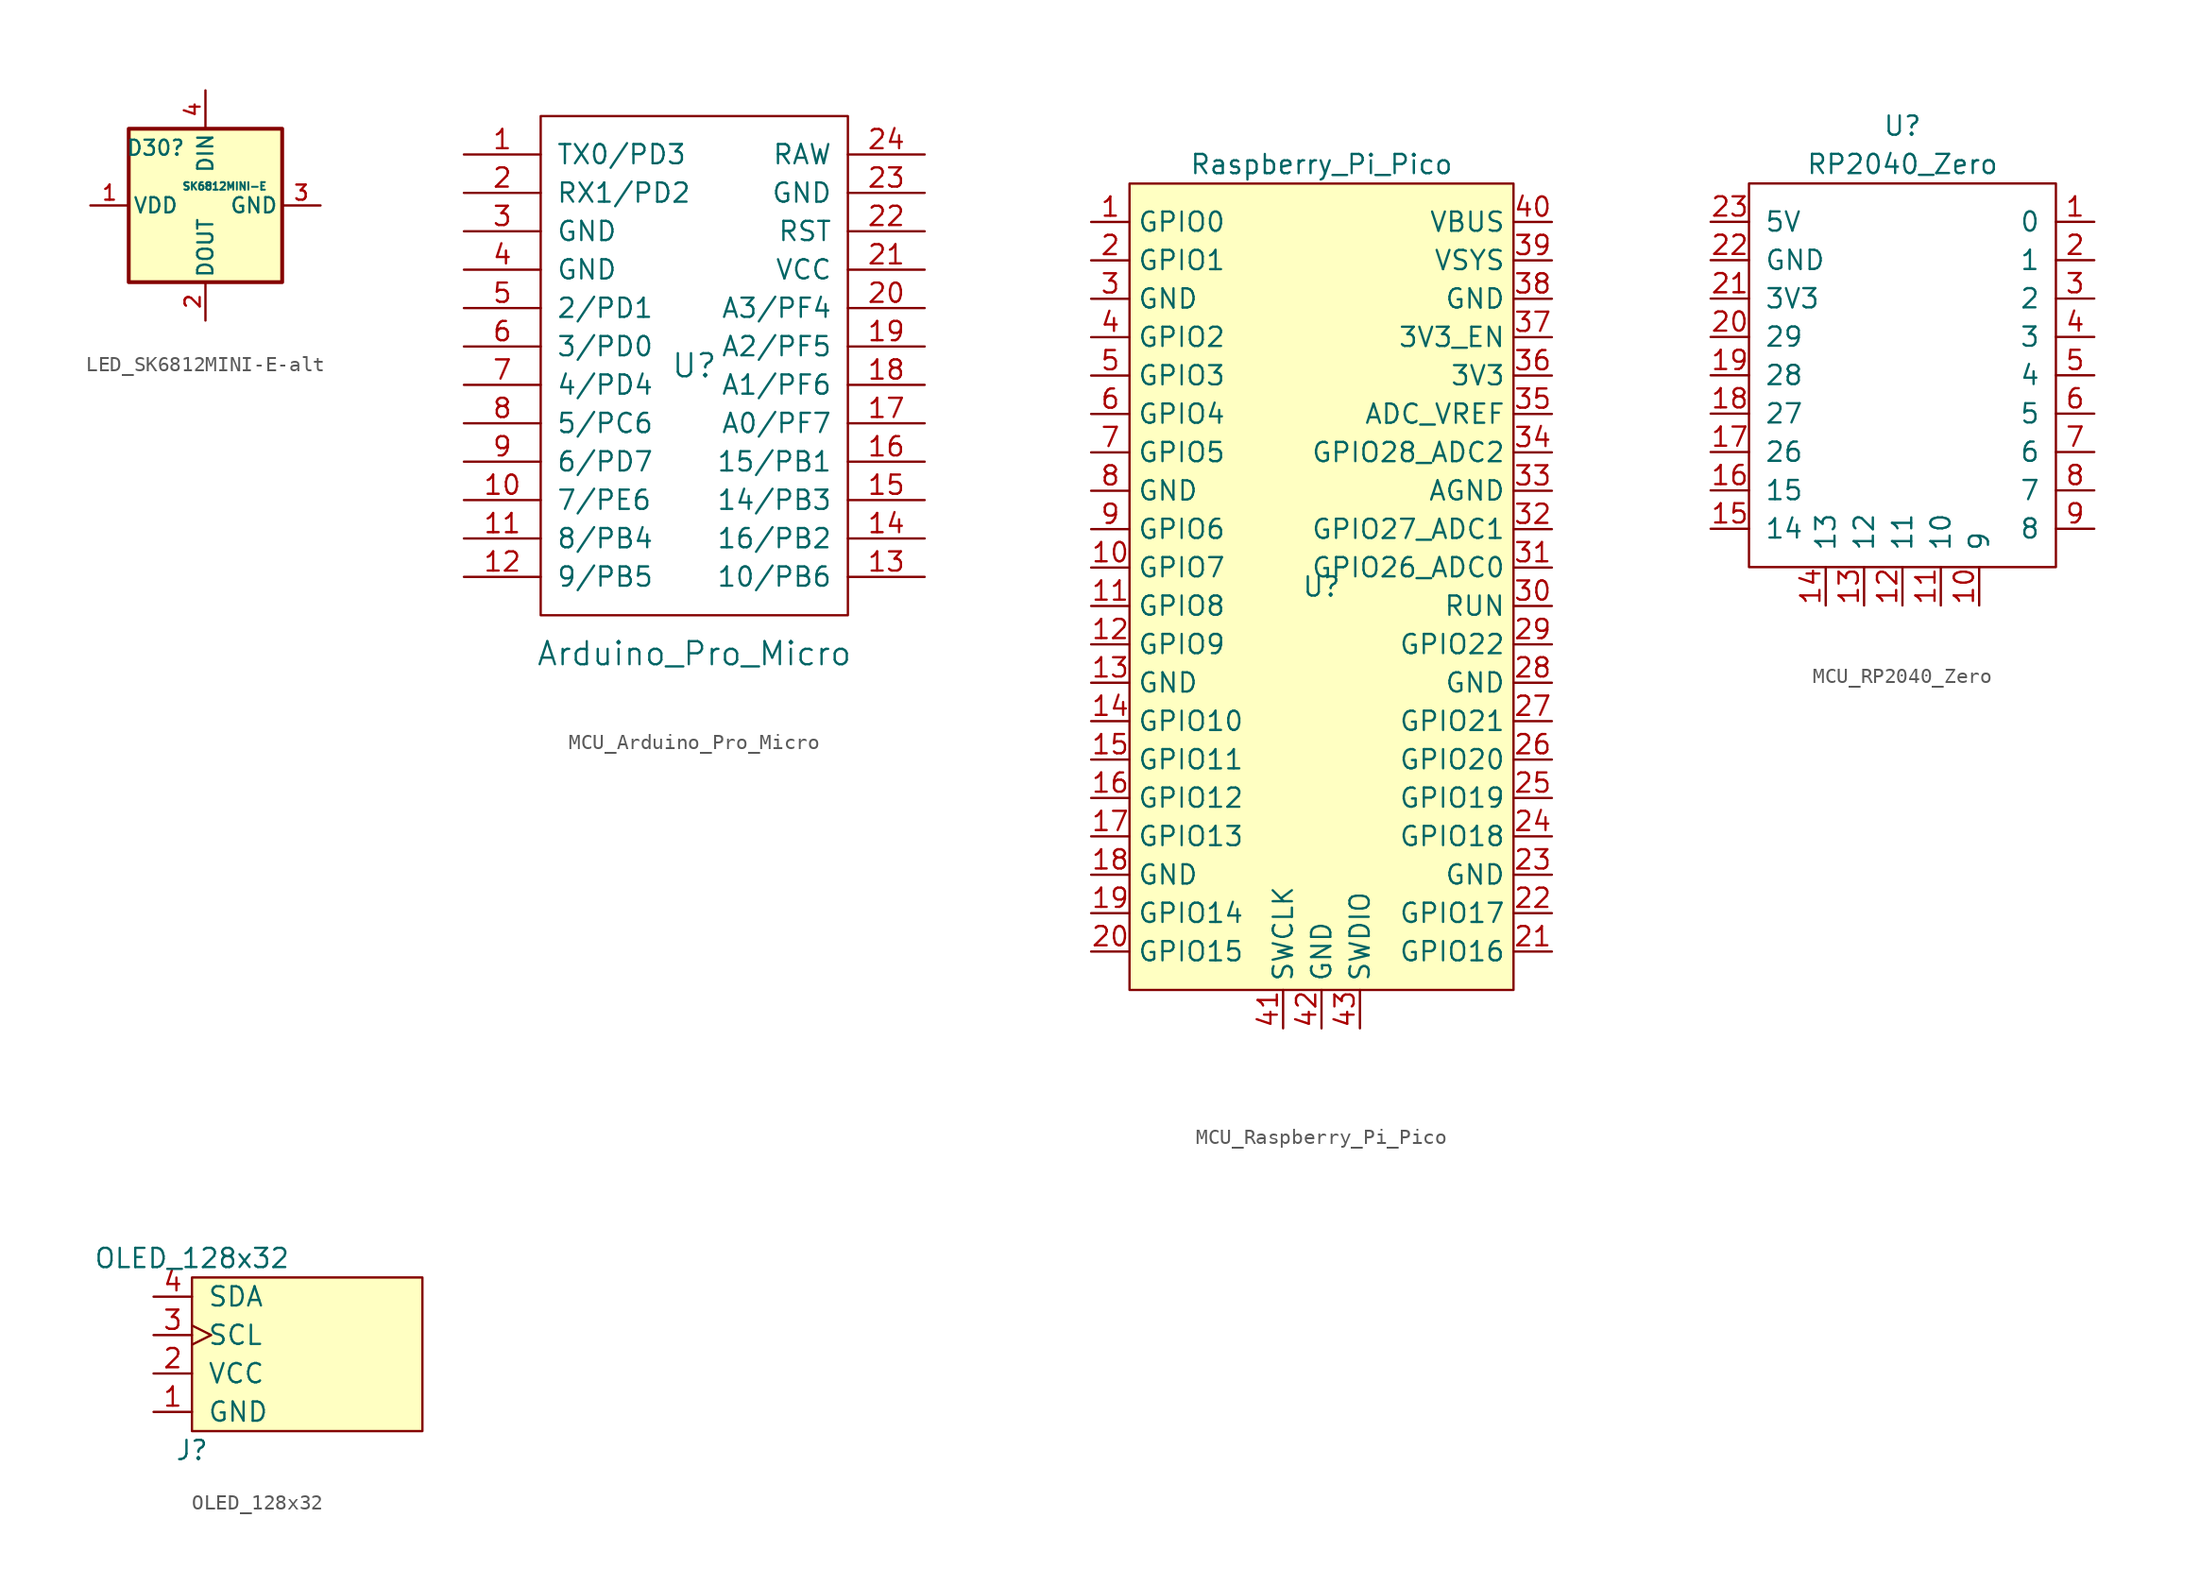
<source format=kicad_sym>
(kicad_symbol_lib
  (version 20220914)
  (generator kicad_symbol_editor)
  (symbol "LED_SK6812MINI-E-alt"
    (pin_names
      (offset 0.254))
    (property "Reference" "D30"
      (at -3.3 3.81 0)
      (effects (font (size 1 1))))
    (property "Value" "SK6812MINI-E"
      (at 1.27 1.27 0)
      (effects (font (size 0.5 0.5))))
    (symbol "LED_SK6812MINI-E-alt_0_1"
      (rectangle (start -5.08 5.08) (end 5.08 -5.08) (stroke (width 0.254) (type default)) (fill (type background))))
    (symbol "LED_SK6812MINI-E-alt_1_1"
      (pin power_in line (at -7.62 0 0) (length 2.54) (name "VDD" (effects (font (size 1 1)))) (number "1" (effects (font (size 1 1)))))
      (pin output line (at 0 -7.62 90) (length 2.54) (name "DOUT" (effects (font (size 1 1)))) (number "2" (effects (font (size 1 1)))))
      (pin power_in line (at 7.62 0 180) (length 2.54) (name "GND" (effects (font (size 1 1)))) (number "3" (effects (font (size 1 1)))))
      (pin input line (at 0 7.62 270) (length 2.54) (name "DIN" (effects (font (size 1 1)))) (number "4" (effects (font (size 1 1)))))))
  (symbol "MCU_Arduino_Pro_Micro"
    (pin_names
      (offset 1.016))
    (property "Reference" "U"
      (at 0 0 0)
      (effects (font (size 1.524 1.524))))
    (property "Value" "Arduino_Pro_Micro"
      (at 0 -19.05 0)
      (effects (font (size 1.524 1.524))))
    (symbol "MCU_Arduino_Pro_Micro_0_1"
      (rectangle (start -10.16 16.51) (end 10.16 -16.51) (stroke (width 0) (type solid)) (fill (type none))))
    (symbol "MCU_Arduino_Pro_Micro_1_1"
      (pin input line (at -15.24 13.97 0) (length 5.08) (name "TX0/PD3" (effects (font (size 1.27 1.27)))) (number "1" (effects (font (size 1.27 1.27)))))
      (pin input line (at -15.24 -8.89 0) (length 5.08) (name "7/PE6" (effects (font (size 1.27 1.27)))) (number "10" (effects (font (size 1.27 1.27)))))
      (pin input line (at -15.24 -11.43 0) (length 5.08) (name "8/PB4" (effects (font (size 1.27 1.27)))) (number "11" (effects (font (size 1.27 1.27)))))
      (pin input line (at -15.24 -13.97 0) (length 5.08) (name "9/PB5" (effects (font (size 1.27 1.27)))) (number "12" (effects (font (size 1.27 1.27)))))
      (pin input line (at 15.24 -13.97 180) (length 5.08) (name "10/PB6" (effects (font (size 1.27 1.27)))) (number "13" (effects (font (size 1.27 1.27)))))
      (pin input line (at 15.24 -11.43 180) (length 5.08) (name "16/PB2" (effects (font (size 1.27 1.27)))) (number "14" (effects (font (size 1.27 1.27)))))
      (pin input line (at 15.24 -8.89 180) (length 5.08) (name "14/PB3" (effects (font (size 1.27 1.27)))) (number "15" (effects (font (size 1.27 1.27)))))
      (pin input line (at 15.24 -6.35 180) (length 5.08) (name "15/PB1" (effects (font (size 1.27 1.27)))) (number "16" (effects (font (size 1.27 1.27)))))
      (pin input line (at 15.24 -3.81 180) (length 5.08) (name "A0/PF7" (effects (font (size 1.27 1.27)))) (number "17" (effects (font (size 1.27 1.27)))))
      (pin input line (at 15.24 -1.27 180) (length 5.08) (name "A1/PF6" (effects (font (size 1.27 1.27)))) (number "18" (effects (font (size 1.27 1.27)))))
      (pin input line (at 15.24 1.27 180) (length 5.08) (name "A2/PF5" (effects (font (size 1.27 1.27)))) (number "19" (effects (font (size 1.27 1.27)))))
      (pin input line (at -15.24 11.43 0) (length 5.08) (name "RX1/PD2" (effects (font (size 1.27 1.27)))) (number "2" (effects (font (size 1.27 1.27)))))
      (pin input line (at 15.24 3.81 180) (length 5.08) (name "A3/PF4" (effects (font (size 1.27 1.27)))) (number "20" (effects (font (size 1.27 1.27)))))
      (pin input line (at 15.24 6.35 180) (length 5.08) (name "VCC" (effects (font (size 1.27 1.27)))) (number "21" (effects (font (size 1.27 1.27)))))
      (pin input line (at 15.24 8.89 180) (length 5.08) (name "RST" (effects (font (size 1.27 1.27)))) (number "22" (effects (font (size 1.27 1.27)))))
      (pin input line (at 15.24 11.43 180) (length 5.08) (name "GND" (effects (font (size 1.27 1.27)))) (number "23" (effects (font (size 1.27 1.27)))))
      (pin input line (at 15.24 13.97 180) (length 5.08) (name "RAW" (effects (font (size 1.27 1.27)))) (number "24" (effects (font (size 1.27 1.27)))))
      (pin input line (at -15.24 8.89 0) (length 5.08) (name "GND" (effects (font (size 1.27 1.27)))) (number "3" (effects (font (size 1.27 1.27)))))
      (pin input line (at -15.24 6.35 0) (length 5.08) (name "GND" (effects (font (size 1.27 1.27)))) (number "4" (effects (font (size 1.27 1.27)))))
      (pin input line (at -15.24 3.81 0) (length 5.08) (name "2/PD1" (effects (font (size 1.27 1.27)))) (number "5" (effects (font (size 1.27 1.27)))))
      (pin input line (at -15.24 1.27 0) (length 5.08) (name "3/PD0" (effects (font (size 1.27 1.27)))) (number "6" (effects (font (size 1.27 1.27)))))
      (pin input line (at -15.24 -1.27 0) (length 5.08) (name "4/PD4" (effects (font (size 1.27 1.27)))) (number "7" (effects (font (size 1.27 1.27)))))
      (pin input line (at -15.24 -3.81 0) (length 5.08) (name "5/PC6" (effects (font (size 1.27 1.27)))) (number "8" (effects (font (size 1.27 1.27)))))
      (pin input line (at -15.24 -6.35 0) (length 5.08) (name "6/PD7" (effects (font (size 1.27 1.27)))) (number "9" (effects (font (size 1.27 1.27)))))))
  (symbol "MCU_Raspberry_Pi_Pico"
    (property "Reference" "U"
      (at 0 0 0)
      (effects (font (size 1.27 1.27))))
    (property "Value" "Raspberry_Pi_Pico"
      (at 0 27.94 0)
      (effects (font (size 1.27 1.27))))
    (symbol "MCU_Raspberry_Pi_Pico_0_1"
      (rectangle (start -12.7 26.67) (end 12.7 -26.67) (stroke (width 0) (type default)) (fill (type background))))
    (symbol "MCU_Raspberry_Pi_Pico_1_1"
      (pin bidirectional line (at -15.24 24.13 0) (length 2.54) (name "GPIO0" (effects (font (size 1.27 1.27)))) (number "1" (effects (font (size 1.27 1.27)))))
      (pin bidirectional line (at -15.24 1.27 0) (length 2.54) (name "GPIO7" (effects (font (size 1.27 1.27)))) (number "10" (effects (font (size 1.27 1.27)))))
      (pin bidirectional line (at -15.24 -1.27 0) (length 2.54) (name "GPIO8" (effects (font (size 1.27 1.27)))) (number "11" (effects (font (size 1.27 1.27)))))
      (pin bidirectional line (at -15.24 -3.81 0) (length 2.54) (name "GPIO9" (effects (font (size 1.27 1.27)))) (number "12" (effects (font (size 1.27 1.27)))))
      (pin power_in line (at -15.24 -6.35 0) (length 2.54) (name "GND" (effects (font (size 1.27 1.27)))) (number "13" (effects (font (size 1.27 1.27)))))
      (pin bidirectional line (at -15.24 -8.89 0) (length 2.54) (name "GPIO10" (effects (font (size 1.27 1.27)))) (number "14" (effects (font (size 1.27 1.27)))))
      (pin bidirectional line (at -15.24 -11.43 0) (length 2.54) (name "GPIO11" (effects (font (size 1.27 1.27)))) (number "15" (effects (font (size 1.27 1.27)))))
      (pin bidirectional line (at -15.24 -13.97 0) (length 2.54) (name "GPIO12" (effects (font (size 1.27 1.27)))) (number "16" (effects (font (size 1.27 1.27)))))
      (pin bidirectional line (at -15.24 -16.51 0) (length 2.54) (name "GPIO13" (effects (font (size 1.27 1.27)))) (number "17" (effects (font (size 1.27 1.27)))))
      (pin power_in line (at -15.24 -19.05 0) (length 2.54) (name "GND" (effects (font (size 1.27 1.27)))) (number "18" (effects (font (size 1.27 1.27)))))
      (pin bidirectional line (at -15.24 -21.59 0) (length 2.54) (name "GPIO14" (effects (font (size 1.27 1.27)))) (number "19" (effects (font (size 1.27 1.27)))))
      (pin bidirectional line (at -15.24 21.59 0) (length 2.54) (name "GPIO1" (effects (font (size 1.27 1.27)))) (number "2" (effects (font (size 1.27 1.27)))))
      (pin bidirectional line (at -15.24 -24.13 0) (length 2.54) (name "GPIO15" (effects (font (size 1.27 1.27)))) (number "20" (effects (font (size 1.27 1.27)))))
      (pin bidirectional line (at 15.24 -24.13 180) (length 2.54) (name "GPIO16" (effects (font (size 1.27 1.27)))) (number "21" (effects (font (size 1.27 1.27)))))
      (pin bidirectional line (at 15.24 -21.59 180) (length 2.54) (name "GPIO17" (effects (font (size 1.27 1.27)))) (number "22" (effects (font (size 1.27 1.27)))))
      (pin power_in line (at 15.24 -19.05 180) (length 2.54) (name "GND" (effects (font (size 1.27 1.27)))) (number "23" (effects (font (size 1.27 1.27)))))
      (pin bidirectional line (at 15.24 -16.51 180) (length 2.54) (name "GPIO18" (effects (font (size 1.27 1.27)))) (number "24" (effects (font (size 1.27 1.27)))))
      (pin bidirectional line (at 15.24 -13.97 180) (length 2.54) (name "GPIO19" (effects (font (size 1.27 1.27)))) (number "25" (effects (font (size 1.27 1.27)))))
      (pin bidirectional line (at 15.24 -11.43 180) (length 2.54) (name "GPIO20" (effects (font (size 1.27 1.27)))) (number "26" (effects (font (size 1.27 1.27)))))
      (pin bidirectional line (at 15.24 -8.89 180) (length 2.54) (name "GPIO21" (effects (font (size 1.27 1.27)))) (number "27" (effects (font (size 1.27 1.27)))))
      (pin power_in line (at 15.24 -6.35 180) (length 2.54) (name "GND" (effects (font (size 1.27 1.27)))) (number "28" (effects (font (size 1.27 1.27)))))
      (pin bidirectional line (at 15.24 -3.81 180) (length 2.54) (name "GPIO22" (effects (font (size 1.27 1.27)))) (number "29" (effects (font (size 1.27 1.27)))))
      (pin power_in line (at -15.24 19.05 0) (length 2.54) (name "GND" (effects (font (size 1.27 1.27)))) (number "3" (effects (font (size 1.27 1.27)))))
      (pin input line (at 15.24 -1.27 180) (length 2.54) (name "RUN" (effects (font (size 1.27 1.27)))) (number "30" (effects (font (size 1.27 1.27)))))
      (pin bidirectional line (at 15.24 1.27 180) (length 2.54) (name "GPIO26_ADC0" (effects (font (size 1.27 1.27)))) (number "31" (effects (font (size 1.27 1.27)))))
      (pin bidirectional line (at 15.24 3.81 180) (length 2.54) (name "GPIO27_ADC1" (effects (font (size 1.27 1.27)))) (number "32" (effects (font (size 1.27 1.27)))))
      (pin power_in line (at 15.24 6.35 180) (length 2.54) (name "AGND" (effects (font (size 1.27 1.27)))) (number "33" (effects (font (size 1.27 1.27)))))
      (pin bidirectional line (at 15.24 8.89 180) (length 2.54) (name "GPIO28_ADC2" (effects (font (size 1.27 1.27)))) (number "34" (effects (font (size 1.27 1.27)))))
      (pin power_in line (at 15.24 11.43 180) (length 2.54) (name "ADC_VREF" (effects (font (size 1.27 1.27)))) (number "35" (effects (font (size 1.27 1.27)))))
      (pin power_in line (at 15.24 13.97 180) (length 2.54) (name "3V3" (effects (font (size 1.27 1.27)))) (number "36" (effects (font (size 1.27 1.27)))))
      (pin input line (at 15.24 16.51 180) (length 2.54) (name "3V3_EN" (effects (font (size 1.27 1.27)))) (number "37" (effects (font (size 1.27 1.27)))))
      (pin bidirectional line (at 15.24 19.05 180) (length 2.54) (name "GND" (effects (font (size 1.27 1.27)))) (number "38" (effects (font (size 1.27 1.27)))))
      (pin power_in line (at 15.24 21.59 180) (length 2.54) (name "VSYS" (effects (font (size 1.27 1.27)))) (number "39" (effects (font (size 1.27 1.27)))))
      (pin bidirectional line (at -15.24 16.51 0) (length 2.54) (name "GPIO2" (effects (font (size 1.27 1.27)))) (number "4" (effects (font (size 1.27 1.27)))))
      (pin power_in line (at 15.24 24.13 180) (length 2.54) (name "VBUS" (effects (font (size 1.27 1.27)))) (number "40" (effects (font (size 1.27 1.27)))))
      (pin input line (at -2.54 -29.21 90) (length 2.54) (name "SWCLK" (effects (font (size 1.27 1.27)))) (number "41" (effects (font (size 1.27 1.27)))))
      (pin power_in line (at 0 -29.21 90) (length 2.54) (name "GND" (effects (font (size 1.27 1.27)))) (number "42" (effects (font (size 1.27 1.27)))))
      (pin bidirectional line (at 2.54 -29.21 90) (length 2.54) (name "SWDIO" (effects (font (size 1.27 1.27)))) (number "43" (effects (font (size 1.27 1.27)))))
      (pin bidirectional line (at -15.24 13.97 0) (length 2.54) (name "GPIO3" (effects (font (size 1.27 1.27)))) (number "5" (effects (font (size 1.27 1.27)))))
      (pin bidirectional line (at -15.24 11.43 0) (length 2.54) (name "GPIO4" (effects (font (size 1.27 1.27)))) (number "6" (effects (font (size 1.27 1.27)))))
      (pin bidirectional line (at -15.24 8.89 0) (length 2.54) (name "GPIO5" (effects (font (size 1.27 1.27)))) (number "7" (effects (font (size 1.27 1.27)))))
      (pin power_in line (at -15.24 6.35 0) (length 2.54) (name "GND" (effects (font (size 1.27 1.27)))) (number "8" (effects (font (size 1.27 1.27)))))
      (pin bidirectional line (at -15.24 3.81 0) (length 2.54) (name "GPIO6" (effects (font (size 1.27 1.27)))) (number "9" (effects (font (size 1.27 1.27)))))))
  (symbol "MCU_RP2040_Zero"
    (pin_names
      (offset 1.016))
    (property "Reference" "U"
      (at 0 15.24 0)
      (effects (font (size 1.27 1.27))))
    (property "Value" "RP2040_Zero"
      (at 0 12.7 0)
      (effects (font (size 1.27 1.27))))
    (symbol "MCU_RP2040_Zero_0_1"
      (rectangle (start -10.16 11.43) (end 10.16 -13.97) (stroke (width 0) (type default)) (fill (type none))))
    (symbol "MCU_RP2040_Zero_1_1"
      (pin bidirectional line (at 12.7 8.89 180) (length 2.54) (name "0" (effects (font (size 1.27 1.27)))) (number "1" (effects (font (size 1.27 1.27)))))
      (pin bidirectional line (at 5.08 -16.51 90) (length 2.54) (name "9" (effects (font (size 1.27 1.27)))) (number "10" (effects (font (size 1.27 1.27)))))
      (pin bidirectional line (at 2.54 -16.51 90) (length 2.54) (name "10" (effects (font (size 1.27 1.27)))) (number "11" (effects (font (size 1.27 1.27)))))
      (pin bidirectional line (at 0 -16.51 90) (length 2.54) (name "11" (effects (font (size 1.27 1.27)))) (number "12" (effects (font (size 1.27 1.27)))))
      (pin bidirectional line (at -2.54 -16.51 90) (length 2.54) (name "12" (effects (font (size 1.27 1.27)))) (number "13" (effects (font (size 1.27 1.27)))))
      (pin bidirectional line (at -5.08 -16.51 90) (length 2.54) (name "13" (effects (font (size 1.27 1.27)))) (number "14" (effects (font (size 1.27 1.27)))))
      (pin bidirectional line (at -12.7 -11.43 0) (length 2.54) (name "14" (effects (font (size 1.27 1.27)))) (number "15" (effects (font (size 1.27 1.27)))))
      (pin bidirectional line (at -12.7 -8.89 0) (length 2.54) (name "15" (effects (font (size 1.27 1.27)))) (number "16" (effects (font (size 1.27 1.27)))))
      (pin bidirectional line (at -12.7 -6.35 0) (length 2.54) (name "26" (effects (font (size 1.27 1.27)))) (number "17" (effects (font (size 1.27 1.27)))))
      (pin bidirectional line (at -12.7 -3.81 0) (length 2.54) (name "27" (effects (font (size 1.27 1.27)))) (number "18" (effects (font (size 1.27 1.27)))))
      (pin bidirectional line (at -12.7 -1.27 0) (length 2.54) (name "28" (effects (font (size 1.27 1.27)))) (number "19" (effects (font (size 1.27 1.27)))))
      (pin bidirectional line (at 12.7 6.35 180) (length 2.54) (name "1" (effects (font (size 1.27 1.27)))) (number "2" (effects (font (size 1.27 1.27)))))
      (pin bidirectional line (at -12.7 1.27 0) (length 2.54) (name "29" (effects (font (size 1.27 1.27)))) (number "20" (effects (font (size 1.27 1.27)))))
      (pin power_out line (at -12.7 3.81 0) (length 2.54) (name "3V3" (effects (font (size 1.27 1.27)))) (number "21" (effects (font (size 1.27 1.27)))))
      (pin power_out line (at -12.7 6.35 0) (length 2.54) (name "GND" (effects (font (size 1.27 1.27)))) (number "22" (effects (font (size 1.27 1.27)))))
      (pin power_out line (at -12.7 8.89 0) (length 2.54) (name "5V" (effects (font (size 1.27 1.27)))) (number "23" (effects (font (size 1.27 1.27)))))
      (pin bidirectional line (at 12.7 3.81 180) (length 2.54) (name "2" (effects (font (size 1.27 1.27)))) (number "3" (effects (font (size 1.27 1.27)))))
      (pin bidirectional line (at 12.7 1.27 180) (length 2.54) (name "3" (effects (font (size 1.27 1.27)))) (number "4" (effects (font (size 1.27 1.27)))))
      (pin bidirectional line (at 12.7 -1.27 180) (length 2.54) (name "4" (effects (font (size 1.27 1.27)))) (number "5" (effects (font (size 1.27 1.27)))))
      (pin bidirectional line (at 12.7 -3.81 180) (length 2.54) (name "5" (effects (font (size 1.27 1.27)))) (number "6" (effects (font (size 1.27 1.27)))))
      (pin bidirectional line (at 12.7 -6.35 180) (length 2.54) (name "6" (effects (font (size 1.27 1.27)))) (number "7" (effects (font (size 1.27 1.27)))))
      (pin bidirectional line (at 12.7 -8.89 180) (length 2.54) (name "7" (effects (font (size 1.27 1.27)))) (number "8" (effects (font (size 1.27 1.27)))))
      (pin bidirectional line (at 12.7 -11.43 180) (length 2.54) (name "8" (effects (font (size 1.27 1.27)))) (number "9" (effects (font (size 1.27 1.27)))))))
  (symbol "OLED_128x32"
    (pin_names
      (offset 1.016))
    (property "Reference" "J"
      (at 0 -6.35 0)
      (effects (font (size 1.27 1.27))))
    (property "Value" "OLED_128x32"
      (at 0 6.35 0)
      (effects (font (size 1.27 1.27))))
    (symbol "OLED_128x32_0_1"
      (rectangle (start 0 5.08) (end 15.24 -5.08) (stroke (width 0) (type default)) (fill (type background))))
    (symbol "OLED_128x32_1_1"
      (pin power_in line (at -2.54 -3.81 0) (length 2.54) (name "GND" (effects (font (size 1.27 1.27)))) (number "1" (effects (font (size 1.27 1.27)))))
      (pin power_in line (at -2.54 -1.27 0) (length 2.54) (name "VCC" (effects (font (size 1.27 1.27)))) (number "2" (effects (font (size 1.27 1.27)))))
      (pin input clock (at -2.54 1.27 0) (length 2.54) (name "SCL" (effects (font (size 1.27 1.27)))) (number "3" (effects (font (size 1.27 1.27)))))
      (pin bidirectional line (at -2.54 3.81 0) (length 2.54) (name "SDA" (effects (font (size 1.27 1.27)))) (number "4" (effects (font (size 1.27 1.27))))))))
</source>
